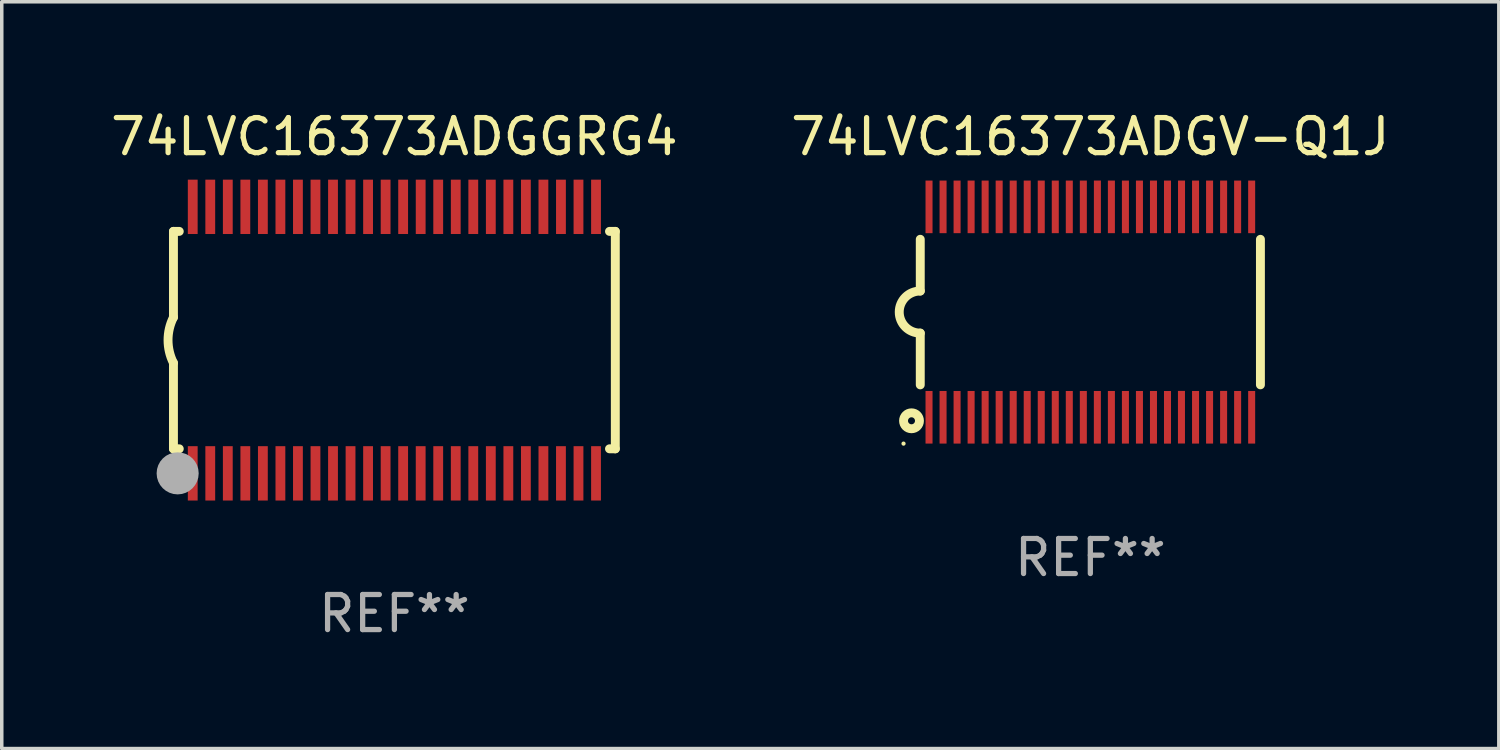
<source format=kicad_pcb>
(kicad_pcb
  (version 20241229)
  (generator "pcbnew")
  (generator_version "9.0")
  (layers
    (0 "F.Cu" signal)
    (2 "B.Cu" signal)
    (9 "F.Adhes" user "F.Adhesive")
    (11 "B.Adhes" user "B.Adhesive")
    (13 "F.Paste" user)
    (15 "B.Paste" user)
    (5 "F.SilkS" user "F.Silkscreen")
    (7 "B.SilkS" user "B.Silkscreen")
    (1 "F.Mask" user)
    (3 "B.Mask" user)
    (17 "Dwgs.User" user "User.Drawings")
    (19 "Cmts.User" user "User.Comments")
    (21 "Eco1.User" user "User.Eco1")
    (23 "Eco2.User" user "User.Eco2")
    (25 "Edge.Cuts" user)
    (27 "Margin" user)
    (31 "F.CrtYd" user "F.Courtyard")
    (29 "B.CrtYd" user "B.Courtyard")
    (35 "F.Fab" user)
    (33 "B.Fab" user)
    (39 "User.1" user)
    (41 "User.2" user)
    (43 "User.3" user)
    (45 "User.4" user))
  (footprint "74LVC16373ADGGRG4"
    (layer "F.Cu")
    (at 8.196 6.648)
    (property "Reference" "74LVC16373ADGGRG4" (at 0 -5.8 0) (layer "F.SilkS") (effects (font (size 1 1) (thickness 0.15))))
    (attr through_hole)
    (fp_line (start -6.3 -3.1) (end -6.3 -0.65) (stroke (width 0.254) (type solid)) (layer "F.SilkS"))
    (fp_line (start -6.3 -3.1) (end -6.134 -3.1) (stroke (width 0.254) (type solid)) (layer "F.SilkS"))
    (fp_line (start -6.3 3.1) (end -6.3 0.65) (stroke (width 0.254) (type solid)) (layer "F.SilkS"))
    (fp_line (start -6.3 3.1) (end -6.134 3.1) (stroke (width 0.254) (type solid)) (layer "F.SilkS"))
    (fp_line (start 6.134 -3.1) (end 6.3 -3.1) (stroke (width 0.254) (type solid)) (layer "F.SilkS"))
    (fp_line (start 6.134 3.1) (end 6.3 3.1) (stroke (width 0.254) (type solid)) (layer "F.SilkS"))
    (fp_line (start 6.3 -3.1) (end 6.3 3.1) (stroke (width 0.254) (type solid)) (layer "F.SilkS"))
    (fp_arc (start -6.301016 0.650114) (mid -6.45413 -0.000082) (end -6.3 -0.650038) (stroke (width 0.254001) (type solid)) (layer "F.SilkS"))
    (fp_circle (center -6.35 3.81) (end -6.223 3.81) (stroke (width 0.254) (type solid)) (fill no) (layer "F.SilkS"))
    (fp_circle (center -6.25 4.05) (end -6.22 4.05) (stroke (width 0.06) (type solid)) (fill no) (layer "F.SilkS"))
    (fp_circle (center -6.18 3.8) (end -5.88 3.8) (stroke (width 0.6) (type solid)) (fill no) (layer "F.Fab"))
    (fp_text user "REF**" (at 0 7.8 0) (layer "F.Fab") (effects (font (size 1 1) (thickness 0.15))))
    (pad "1" smd rect (at -5.75 3.8) (size 0.28 1.55) (layers "F.Cu" "F.Mask" "F.Paste"))
    (pad "2" smd rect (at -5.25 3.8) (size 0.28 1.55) (layers "F.Cu" "F.Mask" "F.Paste"))
    (pad "3" smd rect (at -4.75 3.8) (size 0.28 1.55) (layers "F.Cu" "F.Mask" "F.Paste"))
    (pad "4" smd rect (at -4.25 3.8) (size 0.28 1.55) (layers "F.Cu" "F.Mask" "F.Paste"))
    (pad "5" smd rect (at -3.75 3.8) (size 0.28 1.55) (layers "F.Cu" "F.Mask" "F.Paste"))
    (pad "6" smd rect (at -3.25 3.8) (size 0.28 1.55) (layers "F.Cu" "F.Mask" "F.Paste"))
    (pad "7" smd rect (at -2.75 3.8) (size 0.28 1.55) (layers "F.Cu" "F.Mask" "F.Paste"))
    (pad "8" smd rect (at -2.25 3.8) (size 0.28 1.55) (layers "F.Cu" "F.Mask" "F.Paste"))
    (pad "9" smd rect (at -1.75 3.8) (size 0.28 1.55) (layers "F.Cu" "F.Mask" "F.Paste"))
    (pad "10" smd rect (at -1.25 3.8) (size 0.28 1.55) (layers "F.Cu" "F.Mask" "F.Paste"))
    (pad "11" smd rect (at -0.75 3.8) (size 0.28 1.55) (layers "F.Cu" "F.Mask" "F.Paste"))
    (pad "12" smd rect (at -0.25 3.8) (size 0.28 1.55) (layers "F.Cu" "F.Mask" "F.Paste"))
    (pad "13" smd rect (at 0.25 3.8) (size 0.28 1.55) (layers "F.Cu" "F.Mask" "F.Paste"))
    (pad "14" smd rect (at 0.75 3.8) (size 0.28 1.55) (layers "F.Cu" "F.Mask" "F.Paste"))
    (pad "15" smd rect (at 1.25 3.8) (size 0.28 1.55) (layers "F.Cu" "F.Mask" "F.Paste"))
    (pad "16" smd rect (at 1.75 3.8) (size 0.28 1.55) (layers "F.Cu" "F.Mask" "F.Paste"))
    (pad "17" smd rect (at 2.25 3.8) (size 0.28 1.55) (layers "F.Cu" "F.Mask" "F.Paste"))
    (pad "18" smd rect (at 2.75 3.8) (size 0.28 1.55) (layers "F.Cu" "F.Mask" "F.Paste"))
    (pad "19" smd rect (at 3.25 3.8) (size 0.28 1.55) (layers "F.Cu" "F.Mask" "F.Paste"))
    (pad "20" smd rect (at 3.75 3.8) (size 0.28 1.55) (layers "F.Cu" "F.Mask" "F.Paste"))
    (pad "21" smd rect (at 4.25 3.8) (size 0.28 1.55) (layers "F.Cu" "F.Mask" "F.Paste"))
    (pad "22" smd rect (at 4.75 3.8) (size 0.28 1.55) (layers "F.Cu" "F.Mask" "F.Paste"))
    (pad "23" smd rect (at 5.25 3.8) (size 0.28 1.55) (layers "F.Cu" "F.Mask" "F.Paste"))
    (pad "24" smd rect (at 5.75 3.8) (size 0.28 1.55) (layers "F.Cu" "F.Mask" "F.Paste"))
    (pad "25" smd rect (at 5.75 -3.8) (size 0.28 1.55) (layers "F.Cu" "F.Mask" "F.Paste"))
    (pad "26" smd rect (at 5.25 -3.8) (size 0.28 1.55) (layers "F.Cu" "F.Mask" "F.Paste"))
    (pad "27" smd rect (at 4.75 -3.8) (size 0.28 1.55) (layers "F.Cu" "F.Mask" "F.Paste"))
    (pad "28" smd rect (at 4.25 -3.8) (size 0.28 1.55) (layers "F.Cu" "F.Mask" "F.Paste"))
    (pad "29" smd rect (at 3.75 -3.8) (size 0.28 1.55) (layers "F.Cu" "F.Mask" "F.Paste"))
    (pad "30" smd rect (at 3.25 -3.8) (size 0.28 1.55) (layers "F.Cu" "F.Mask" "F.Paste"))
    (pad "31" smd rect (at 2.75 -3.8) (size 0.28 1.55) (layers "F.Cu" "F.Mask" "F.Paste"))
    (pad "32" smd rect (at 2.25 -3.8) (size 0.28 1.55) (layers "F.Cu" "F.Mask" "F.Paste"))
    (pad "33" smd rect (at 1.75 -3.8) (size 0.28 1.55) (layers "F.Cu" "F.Mask" "F.Paste"))
    (pad "34" smd rect (at 1.25 -3.8) (size 0.28 1.55) (layers "F.Cu" "F.Mask" "F.Paste"))
    (pad "35" smd rect (at 0.75 -3.8) (size 0.28 1.55) (layers "F.Cu" "F.Mask" "F.Paste"))
    (pad "36" smd rect (at 0.25 -3.8) (size 0.28 1.55) (layers "F.Cu" "F.Mask" "F.Paste"))
    (pad "37" smd rect (at -0.25 -3.8) (size 0.28 1.55) (layers "F.Cu" "F.Mask" "F.Paste"))
    (pad "38" smd rect (at -0.75 -3.8) (size 0.28 1.55) (layers "F.Cu" "F.Mask" "F.Paste"))
    (pad "39" smd rect (at -1.25 -3.8) (size 0.28 1.55) (layers "F.Cu" "F.Mask" "F.Paste"))
    (pad "40" smd rect (at -1.75 -3.8) (size 0.28 1.55) (layers "F.Cu" "F.Mask" "F.Paste"))
    (pad "41" smd rect (at -2.25 -3.8) (size 0.28 1.55) (layers "F.Cu" "F.Mask" "F.Paste"))
    (pad "42" smd rect (at -2.75 -3.8) (size 0.28 1.55) (layers "F.Cu" "F.Mask" "F.Paste"))
    (pad "43" smd rect (at -3.25 -3.8) (size 0.28 1.55) (layers "F.Cu" "F.Mask" "F.Paste"))
    (pad "44" smd rect (at -3.75 -3.8) (size 0.28 1.55) (layers "F.Cu" "F.Mask" "F.Paste"))
    (pad "45" smd rect (at -4.25 -3.8) (size 0.28 1.55) (layers "F.Cu" "F.Mask" "F.Paste"))
    (pad "46" smd rect (at -4.75 -3.8) (size 0.28 1.55) (layers "F.Cu" "F.Mask" "F.Paste"))
    (pad "47" smd rect (at -5.25 -3.8) (size 0.28 1.55) (layers "F.Cu" "F.Mask" "F.Paste"))
    (pad "48" smd rect (at -5.75 -3.8) (size 0.28 1.55) (layers "F.Cu" "F.Mask" "F.Paste")))
  (footprint "74LVC16373ADGV-Q1J"
    (layer "F.Cu")
    (at 28.042 5.849)
    (property "Reference" "74LVC16373ADGV-Q1J" (at 0 -5.001 0) (layer "F.SilkS") (effects (font (size 1 1) (thickness 0.15))))
    (attr through_hole)
    (fp_line (start -4.85 -2.076) (end -4.85 -0.6) (stroke (width 0.254) (type solid)) (layer "F.SilkS"))
    (fp_line (start -4.85 2.076) (end -4.85 0.6) (stroke (width 0.254) (type solid)) (layer "F.SilkS"))
    (fp_line (start 4.85 -2.075) (end 4.85 2.075) (stroke (width 0.254) (type solid)) (layer "F.SilkS"))
    (fp_arc (start -4.850013 0.6) (mid -5.449099 -0.0008) (end -4.848869 -0.600457) (stroke (width 0.254001) (type solid)) (layer "F.SilkS"))
    (fp_circle (center -5.327 3.751) (end -5.297 3.751) (stroke (width 0.06) (type solid)) (fill no) (layer "F.SilkS"))
    (fp_circle (center -5.1 3.1) (end -5 3.1) (stroke (width 0.254) (type solid)) (fill no) (layer "F.SilkS"))
    (fp_text user "REF**" (at 0 7.001 0) (layer "F.Fab") (effects (font (size 1 1) (thickness 0.15))))
    (pad "1" smd rect (at -4.6 3) (size 0.2 1.5) (layers "F.Cu" "F.Mask" "F.Paste"))
    (pad "2" smd rect (at -4.2 3) (size 0.2 1.5) (layers "F.Cu" "F.Mask" "F.Paste"))
    (pad "3" smd rect (at -3.8 3) (size 0.2 1.5) (layers "F.Cu" "F.Mask" "F.Paste"))
    (pad "4" smd rect (at -3.4 3) (size 0.2 1.5) (layers "F.Cu" "F.Mask" "F.Paste"))
    (pad "5" smd rect (at -3 3.001) (size 0.2 1.5) (layers "F.Cu" "F.Mask" "F.Paste"))
    (pad "6" smd rect (at -2.6 3) (size 0.2 1.5) (layers "F.Cu" "F.Mask" "F.Paste"))
    (pad "7" smd rect (at -2.2 3) (size 0.2 1.5) (layers "F.Cu" "F.Mask" "F.Paste"))
    (pad "8" smd rect (at -1.8 3) (size 0.2 1.5) (layers "F.Cu" "F.Mask" "F.Paste"))
    (pad "9" smd rect (at -1.4 3) (size 0.2 1.5) (layers "F.Cu" "F.Mask" "F.Paste"))
    (pad "10" smd rect (at -1 3) (size 0.2 1.5) (layers "F.Cu" "F.Mask" "F.Paste"))
    (pad "11" smd rect (at -0.6 3) (size 0.2 1.5) (layers "F.Cu" "F.Mask" "F.Paste"))
    (pad "12" smd rect (at -0.2 3) (size 0.2 1.5) (layers "F.Cu" "F.Mask" "F.Paste"))
    (pad "13" smd rect (at 0.2 3) (size 0.2 1.5) (layers "F.Cu" "F.Mask" "F.Paste"))
    (pad "14" smd rect (at 0.6 3) (size 0.2 1.5) (layers "F.Cu" "F.Mask" "F.Paste"))
    (pad "15" smd rect (at 1 3) (size 0.2 1.5) (layers "F.Cu" "F.Mask" "F.Paste"))
    (pad "16" smd rect (at 1.4 3) (size 0.2 1.5) (layers "F.Cu" "F.Mask" "F.Paste"))
    (pad "17" smd rect (at 1.8 3) (size 0.2 1.5) (layers "F.Cu" "F.Mask" "F.Paste"))
    (pad "18" smd rect (at 2.2 3.001) (size 0.2 1.5) (layers "F.Cu" "F.Mask" "F.Paste"))
    (pad "19" smd rect (at 2.598 2.998) (size 0.2 1.5) (layers "F.Cu" "F.Mask" "F.Paste"))
    (pad "20" smd rect (at 3 3) (size 0.2 1.5) (layers "F.Cu" "F.Mask" "F.Paste"))
    (pad "21" smd rect (at 3.4 3) (size 0.2 1.5) (layers "F.Cu" "F.Mask" "F.Paste"))
    (pad "22" smd rect (at 3.8 2.998) (size 0.2 1.5) (layers "F.Cu" "F.Mask" "F.Paste"))
    (pad "23" smd rect (at 4.2 3) (size 0.2 1.5) (layers "F.Cu" "F.Mask" "F.Paste"))
    (pad "24" smd rect (at 4.6 3) (size 0.2 1.5) (layers "F.Cu" "F.Mask" "F.Paste"))
    (pad "25" smd rect (at 4.6 -3) (size 0.2 1.5) (layers "F.Cu" "F.Mask" "F.Paste"))
    (pad "26" smd rect (at 4.2 -3) (size 0.2 1.5) (layers "F.Cu" "F.Mask" "F.Paste"))
    (pad "27" smd rect (at 3.8 -3) (size 0.2 1.5) (layers "F.Cu" "F.Mask" "F.Paste"))
    (pad "28" smd rect (at 3.4 -3) (size 0.2 1.5) (layers "F.Cu" "F.Mask" "F.Paste"))
    (pad "29" smd rect (at 3 -3) (size 0.2 1.5) (layers "F.Cu" "F.Mask" "F.Paste"))
    (pad "30" smd rect (at 2.6 -3) (size 0.2 1.5) (layers "F.Cu" "F.Mask" "F.Paste"))
    (pad "31" smd rect (at 2.2 -3) (size 0.2 1.5) (layers "F.Cu" "F.Mask" "F.Paste"))
    (pad "32" smd rect (at 1.8 -3) (size 0.2 1.5) (layers "F.Cu" "F.Mask" "F.Paste"))
    (pad "33" smd rect (at 1.4 -3) (size 0.2 1.5) (layers "F.Cu" "F.Mask" "F.Paste"))
    (pad "34" smd rect (at 1 -3) (size 0.2 1.5) (layers "F.Cu" "F.Mask" "F.Paste"))
    (pad "35" smd rect (at 0.6 -3) (size 0.2 1.5) (layers "F.Cu" "F.Mask" "F.Paste"))
    (pad "36" smd rect (at 0.201 -3.001) (size 0.2 1.5) (layers "F.Cu" "F.Mask" "F.Paste"))
    (pad "37" smd rect (at -0.2 -3) (size 0.2 1.5) (layers "F.Cu" "F.Mask" "F.Paste"))
    (pad "38" smd rect (at -0.6 -3) (size 0.2 1.5) (layers "F.Cu" "F.Mask" "F.Paste"))
    (pad "39" smd rect (at -1 -3) (size 0.2 1.5) (layers "F.Cu" "F.Mask" "F.Paste"))
    (pad "40" smd rect (at -1.4 -3) (size 0.2 1.5) (layers "F.Cu" "F.Mask" "F.Paste"))
    (pad "41" smd rect (at -1.8 -3) (size 0.2 1.5) (layers "F.Cu" "F.Mask" "F.Paste"))
    (pad "42" smd rect (at -2.2 -3) (size 0.2 1.5) (layers "F.Cu" "F.Mask" "F.Paste"))
    (pad "43" smd rect (at -2.6 -3) (size 0.2 1.5) (layers "F.Cu" "F.Mask" "F.Paste"))
    (pad "44" smd rect (at -3 -3) (size 0.2 1.5) (layers "F.Cu" "F.Mask" "F.Paste"))
    (pad "45" smd rect (at -3.4 -3) (size 0.2 1.5) (layers "F.Cu" "F.Mask" "F.Paste"))
    (pad "46" smd rect (at -3.8 -3) (size 0.2 1.5) (layers "F.Cu" "F.Mask" "F.Paste"))
    (pad "47" smd rect (at -4.2 -3) (size 0.2 1.5) (layers "F.Cu" "F.Mask" "F.Paste"))
    (pad "48" smd rect (at -4.6 -3) (size 0.2 1.5) (layers "F.Cu" "F.Mask" "F.Paste")))
  (gr_rect
    (start -3 -3)
    (end 39.69 18.296)
    (stroke (width 0.1) (type default))
    (fill no)
    (layer "Edge.Cuts")))
</source>
